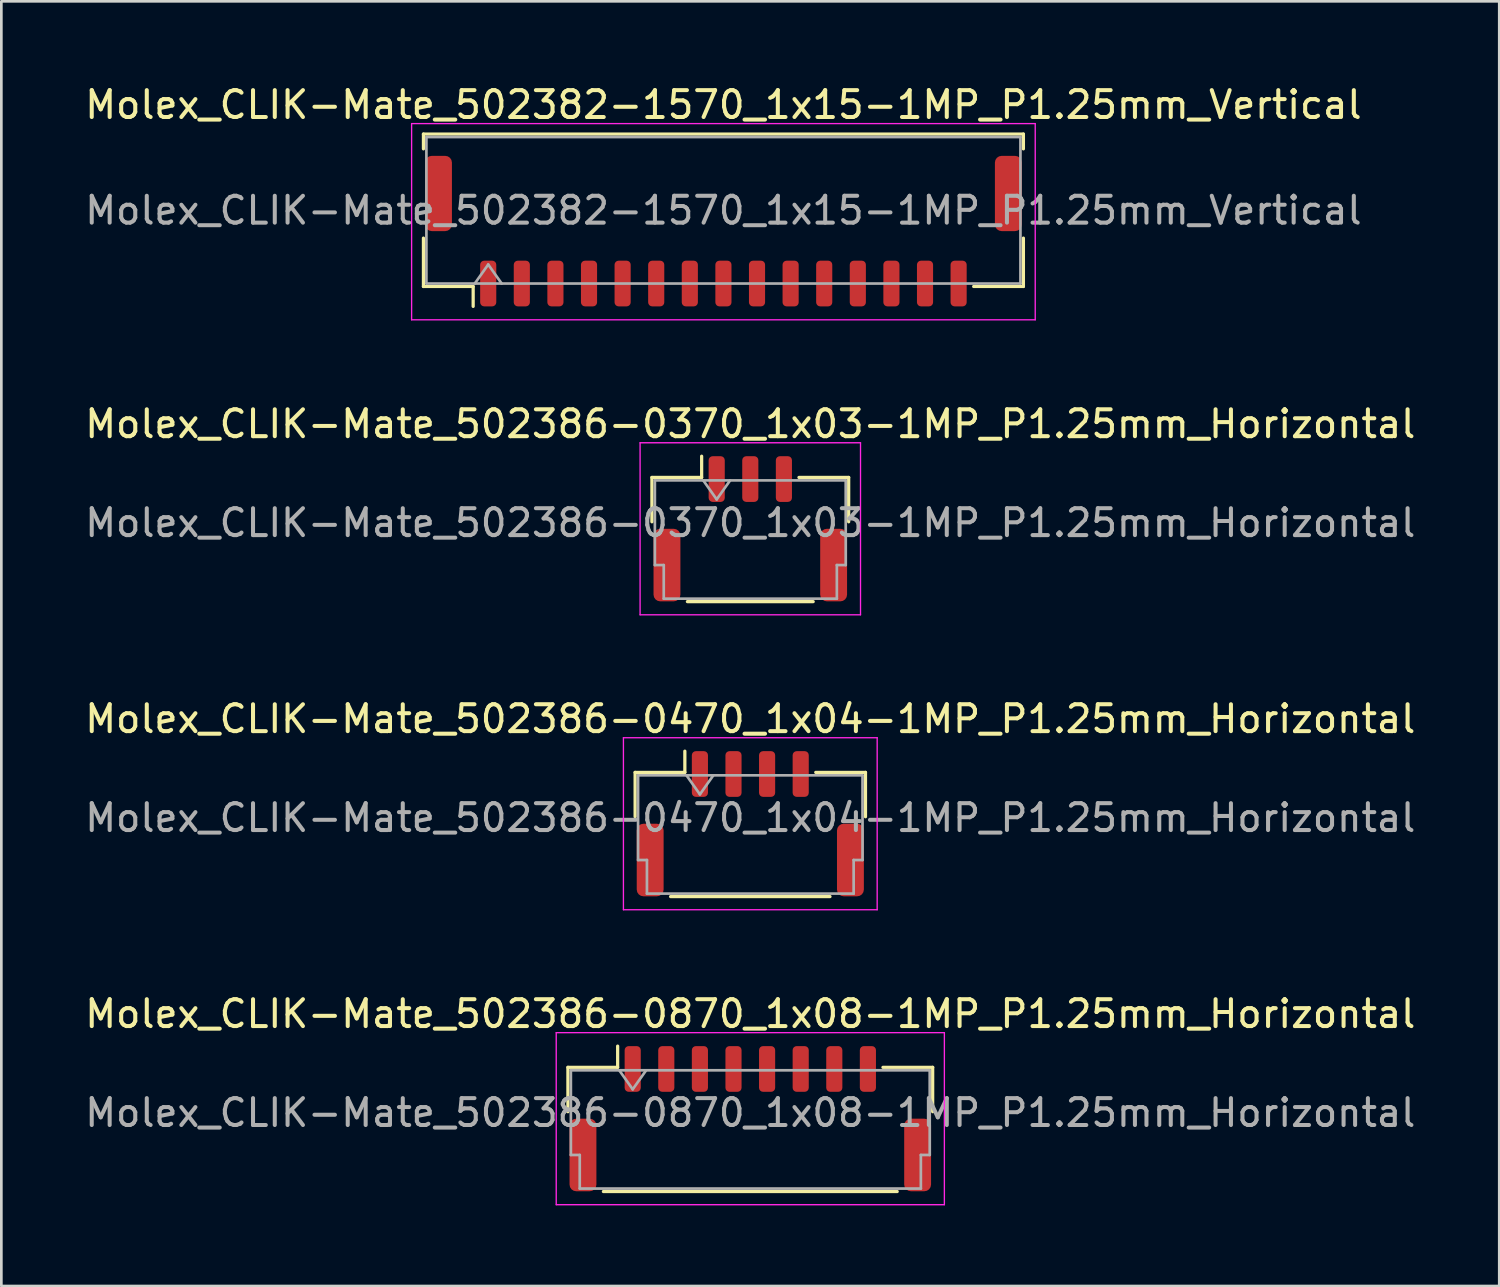
<source format=kicad_pcb>
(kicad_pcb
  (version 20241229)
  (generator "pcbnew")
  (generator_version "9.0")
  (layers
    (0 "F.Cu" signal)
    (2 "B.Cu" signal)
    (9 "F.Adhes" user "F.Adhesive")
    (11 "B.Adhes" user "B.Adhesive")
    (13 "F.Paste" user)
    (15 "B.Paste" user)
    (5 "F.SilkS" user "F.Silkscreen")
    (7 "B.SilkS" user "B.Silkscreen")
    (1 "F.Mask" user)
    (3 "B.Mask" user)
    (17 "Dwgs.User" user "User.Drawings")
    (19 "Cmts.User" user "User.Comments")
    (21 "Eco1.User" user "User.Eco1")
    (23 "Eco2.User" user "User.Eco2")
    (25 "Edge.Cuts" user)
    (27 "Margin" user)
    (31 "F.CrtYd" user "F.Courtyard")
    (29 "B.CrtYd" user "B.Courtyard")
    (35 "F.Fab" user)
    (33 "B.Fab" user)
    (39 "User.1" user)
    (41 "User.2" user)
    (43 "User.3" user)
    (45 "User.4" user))
  (footprint "Molex_CLIK-Mate_502386-0370_1x03-1MP_P1.25mm_Horizontal"
    (layer "F.Cu")
    (at 24.863 16.622)
    (property "Reference" "Molex_CLIK-Mate_502386-0370_1x03-1MP_P1.25mm_Horizontal" (at 0 -3.9 0) (layer "F.SilkS") (effects (font (size 1 1) (thickness 0.15))))
    (attr smd)
    (fp_line (start -3.66 -1.91) (end -1.81 -1.91) (stroke (width 0.12) (type solid)) (layer "F.SilkS"))
    (fp_line (start -3.66 -0.26) (end -3.66 -1.91) (stroke (width 0.12) (type solid)) (layer "F.SilkS"))
    (fp_line (start -2.34 2.71) (end 2.34 2.71) (stroke (width 0.12) (type solid)) (layer "F.SilkS"))
    (fp_line (start -1.81 -1.91) (end -1.81 -2.7) (stroke (width 0.12) (type solid)) (layer "F.SilkS"))
    (fp_line (start 3.66 -1.91) (end 1.81 -1.91) (stroke (width 0.12) (type solid)) (layer "F.SilkS"))
    (fp_line (start 3.66 -0.26) (end 3.66 -1.91) (stroke (width 0.12) (type solid)) (layer "F.SilkS"))
    (fp_line (start -4.1 -3.2) (end -4.1 3.2) (stroke (width 0.05) (type solid)) (layer "F.CrtYd"))
    (fp_line (start -4.1 3.2) (end 4.1 3.2) (stroke (width 0.05) (type solid)) (layer "F.CrtYd"))
    (fp_line (start 4.1 -3.2) (end -4.1 -3.2) (stroke (width 0.05) (type solid)) (layer "F.CrtYd"))
    (fp_line (start 4.1 3.2) (end 4.1 -3.2) (stroke (width 0.05) (type solid)) (layer "F.CrtYd"))
    (fp_line (start -3.55 -1.8) (end -3.55 1.35) (stroke (width 0.1) (type solid)) (layer "F.Fab"))
    (fp_line (start -3.55 -1.8) (end 3.55 -1.8) (stroke (width 0.1) (type solid)) (layer "F.Fab"))
    (fp_line (start -3.55 1.35) (end -3.22 1.35) (stroke (width 0.1) (type solid)) (layer "F.Fab"))
    (fp_line (start -3.22 1.35) (end -3.22 2.6) (stroke (width 0.1) (type solid)) (layer "F.Fab"))
    (fp_line (start -3.22 2.6) (end 3.22 2.6) (stroke (width 0.1) (type solid)) (layer "F.Fab"))
    (fp_line (start -1.75 -1.8) (end -1.25 -1.093) (stroke (width 0.1) (type solid)) (layer "F.Fab"))
    (fp_line (start -1.25 -1.093) (end -0.75 -1.8) (stroke (width 0.1) (type solid)) (layer "F.Fab"))
    (fp_line (start 3.22 1.35) (end 3.55 1.35) (stroke (width 0.1) (type solid)) (layer "F.Fab"))
    (fp_line (start 3.22 2.6) (end 3.22 1.35) (stroke (width 0.1) (type solid)) (layer "F.Fab"))
    (fp_line (start 3.55 -1.8) (end 3.55 1.35) (stroke (width 0.1) (type solid)) (layer "F.Fab"))
    (fp_text user "${REFERENCE}" (at 0 -0.22 0) (layer "F.Fab") (effects (font (size 1 1) (thickness 0.15))))
    (pad "1" smd roundrect (at -1.25 -1.85) (size 0.6 1.7) (layers "F.Cu" "F.Mask" "F.Paste") (roundrect_rratio 0.25))
    (pad "2" smd roundrect (at 0 -1.85) (size 0.6 1.7) (layers "F.Cu" "F.Mask" "F.Paste") (roundrect_rratio 0.25))
    (pad "3" smd roundrect (at 1.25 -1.85) (size 0.6 1.7) (layers "F.Cu" "F.Mask" "F.Paste") (roundrect_rratio 0.25))
    (pad "MP" smd roundrect (at -3.1 1.35) (size 1 2.7) (layers "F.Cu" "F.Mask" "F.Paste") (roundrect_rratio 0.25))
    (pad "MP" smd roundrect (at 3.1 1.35) (size 1 2.7) (layers "F.Cu" "F.Mask" "F.Paste") (roundrect_rratio 0.25)))
  (footprint "Molex_CLIK-Mate_502386-0470_1x04-1MP_P1.25mm_Horizontal"
    (layer "F.Cu")
    (at 24.863 27.595)
    (property "Reference" "Molex_CLIK-Mate_502386-0470_1x04-1MP_P1.25mm_Horizontal" (at 0 -3.9 0) (layer "F.SilkS") (effects (font (size 1 1) (thickness 0.15))))
    (attr smd)
    (fp_line (start -4.285 -1.91) (end -2.435 -1.91) (stroke (width 0.12) (type solid)) (layer "F.SilkS"))
    (fp_line (start -4.285 -0.26) (end -4.285 -1.91) (stroke (width 0.12) (type solid)) (layer "F.SilkS"))
    (fp_line (start -2.965 2.71) (end 2.965 2.71) (stroke (width 0.12) (type solid)) (layer "F.SilkS"))
    (fp_line (start -2.435 -1.91) (end -2.435 -2.7) (stroke (width 0.12) (type solid)) (layer "F.SilkS"))
    (fp_line (start 4.285 -1.91) (end 2.435 -1.91) (stroke (width 0.12) (type solid)) (layer "F.SilkS"))
    (fp_line (start 4.285 -0.26) (end 4.285 -1.91) (stroke (width 0.12) (type solid)) (layer "F.SilkS"))
    (fp_line (start -4.72 -3.2) (end -4.72 3.2) (stroke (width 0.05) (type solid)) (layer "F.CrtYd"))
    (fp_line (start -4.72 3.2) (end 4.72 3.2) (stroke (width 0.05) (type solid)) (layer "F.CrtYd"))
    (fp_line (start 4.72 -3.2) (end -4.72 -3.2) (stroke (width 0.05) (type solid)) (layer "F.CrtYd"))
    (fp_line (start 4.72 3.2) (end 4.72 -3.2) (stroke (width 0.05) (type solid)) (layer "F.CrtYd"))
    (fp_line (start -4.175 -1.8) (end -4.175 1.35) (stroke (width 0.1) (type solid)) (layer "F.Fab"))
    (fp_line (start -4.175 -1.8) (end 4.175 -1.8) (stroke (width 0.1) (type solid)) (layer "F.Fab"))
    (fp_line (start -4.175 1.35) (end -3.845 1.35) (stroke (width 0.1) (type solid)) (layer "F.Fab"))
    (fp_line (start -3.845 1.35) (end -3.845 2.6) (stroke (width 0.1) (type solid)) (layer "F.Fab"))
    (fp_line (start -3.845 2.6) (end 3.845 2.6) (stroke (width 0.1) (type solid)) (layer "F.Fab"))
    (fp_line (start -2.375 -1.8) (end -1.875 -1.093) (stroke (width 0.1) (type solid)) (layer "F.Fab"))
    (fp_line (start -1.875 -1.093) (end -1.375 -1.8) (stroke (width 0.1) (type solid)) (layer "F.Fab"))
    (fp_line (start 3.845 1.35) (end 4.175 1.35) (stroke (width 0.1) (type solid)) (layer "F.Fab"))
    (fp_line (start 3.845 2.6) (end 3.845 1.35) (stroke (width 0.1) (type solid)) (layer "F.Fab"))
    (fp_line (start 4.175 -1.8) (end 4.175 1.35) (stroke (width 0.1) (type solid)) (layer "F.Fab"))
    (fp_text user "${REFERENCE}" (at 0 -0.22 0) (layer "F.Fab") (effects (font (size 1 1) (thickness 0.15))))
    (pad "1" smd roundrect (at -1.875 -1.85) (size 0.6 1.7) (layers "F.Cu" "F.Mask" "F.Paste") (roundrect_rratio 0.25))
    (pad "2" smd roundrect (at -0.625 -1.85) (size 0.6 1.7) (layers "F.Cu" "F.Mask" "F.Paste") (roundrect_rratio 0.25))
    (pad "3" smd roundrect (at 0.625 -1.85) (size 0.6 1.7) (layers "F.Cu" "F.Mask" "F.Paste") (roundrect_rratio 0.25))
    (pad "4" smd roundrect (at 1.875 -1.85) (size 0.6 1.7) (layers "F.Cu" "F.Mask" "F.Paste") (roundrect_rratio 0.25))
    (pad "MP" smd roundrect (at -3.725 1.35) (size 1 2.7) (layers "F.Cu" "F.Mask" "F.Paste") (roundrect_rratio 0.25))
    (pad "MP" smd roundrect (at 3.725 1.35) (size 1 2.7) (layers "F.Cu" "F.Mask" "F.Paste") (roundrect_rratio 0.25)))
  (footprint "Molex_CLIK-Mate_502386-0870_1x08-1MP_P1.25mm_Horizontal"
    (layer "F.Cu")
    (at 24.863 38.568)
    (property "Reference" "Molex_CLIK-Mate_502386-0870_1x08-1MP_P1.25mm_Horizontal" (at 0 -3.9 0) (layer "F.SilkS") (effects (font (size 1 1) (thickness 0.15))))
    (attr smd)
    (fp_line (start -6.785 -1.91) (end -4.935 -1.91) (stroke (width 0.12) (type solid)) (layer "F.SilkS"))
    (fp_line (start -6.785 -0.26) (end -6.785 -1.91) (stroke (width 0.12) (type solid)) (layer "F.SilkS"))
    (fp_line (start -5.465 2.71) (end 5.465 2.71) (stroke (width 0.12) (type solid)) (layer "F.SilkS"))
    (fp_line (start -4.935 -1.91) (end -4.935 -2.7) (stroke (width 0.12) (type solid)) (layer "F.SilkS"))
    (fp_line (start 6.785 -1.91) (end 4.935 -1.91) (stroke (width 0.12) (type solid)) (layer "F.SilkS"))
    (fp_line (start 6.785 -0.26) (end 6.785 -1.91) (stroke (width 0.12) (type solid)) (layer "F.SilkS"))
    (fp_line (start -7.22 -3.2) (end -7.22 3.2) (stroke (width 0.05) (type solid)) (layer "F.CrtYd"))
    (fp_line (start -7.22 3.2) (end 7.22 3.2) (stroke (width 0.05) (type solid)) (layer "F.CrtYd"))
    (fp_line (start 7.22 -3.2) (end -7.22 -3.2) (stroke (width 0.05) (type solid)) (layer "F.CrtYd"))
    (fp_line (start 7.22 3.2) (end 7.22 -3.2) (stroke (width 0.05) (type solid)) (layer "F.CrtYd"))
    (fp_line (start -6.675 -1.8) (end -6.675 1.35) (stroke (width 0.1) (type solid)) (layer "F.Fab"))
    (fp_line (start -6.675 -1.8) (end 6.675 -1.8) (stroke (width 0.1) (type solid)) (layer "F.Fab"))
    (fp_line (start -6.675 1.35) (end -6.345 1.35) (stroke (width 0.1) (type solid)) (layer "F.Fab"))
    (fp_line (start -6.345 1.35) (end -6.345 2.6) (stroke (width 0.1) (type solid)) (layer "F.Fab"))
    (fp_line (start -6.345 2.6) (end 6.345 2.6) (stroke (width 0.1) (type solid)) (layer "F.Fab"))
    (fp_line (start -4.875 -1.8) (end -4.375 -1.093) (stroke (width 0.1) (type solid)) (layer "F.Fab"))
    (fp_line (start -4.375 -1.093) (end -3.875 -1.8) (stroke (width 0.1) (type solid)) (layer "F.Fab"))
    (fp_line (start 6.345 1.35) (end 6.675 1.35) (stroke (width 0.1) (type solid)) (layer "F.Fab"))
    (fp_line (start 6.345 2.6) (end 6.345 1.35) (stroke (width 0.1) (type solid)) (layer "F.Fab"))
    (fp_line (start 6.675 -1.8) (end 6.675 1.35) (stroke (width 0.1) (type solid)) (layer "F.Fab"))
    (fp_text user "${REFERENCE}" (at 0 -0.22 0) (layer "F.Fab") (effects (font (size 1 1) (thickness 0.15))))
    (pad "1" smd roundrect (at -4.375 -1.85) (size 0.6 1.7) (layers "F.Cu" "F.Mask" "F.Paste") (roundrect_rratio 0.25))
    (pad "2" smd roundrect (at -3.125 -1.85) (size 0.6 1.7) (layers "F.Cu" "F.Mask" "F.Paste") (roundrect_rratio 0.25))
    (pad "3" smd roundrect (at -1.875 -1.85) (size 0.6 1.7) (layers "F.Cu" "F.Mask" "F.Paste") (roundrect_rratio 0.25))
    (pad "4" smd roundrect (at -0.625 -1.85) (size 0.6 1.7) (layers "F.Cu" "F.Mask" "F.Paste") (roundrect_rratio 0.25))
    (pad "5" smd roundrect (at 0.625 -1.85) (size 0.6 1.7) (layers "F.Cu" "F.Mask" "F.Paste") (roundrect_rratio 0.25))
    (pad "6" smd roundrect (at 1.875 -1.85) (size 0.6 1.7) (layers "F.Cu" "F.Mask" "F.Paste") (roundrect_rratio 0.25))
    (pad "7" smd roundrect (at 3.125 -1.85) (size 0.6 1.7) (layers "F.Cu" "F.Mask" "F.Paste") (roundrect_rratio 0.25))
    (pad "8" smd roundrect (at 4.375 -1.85) (size 0.6 1.7) (layers "F.Cu" "F.Mask" "F.Paste") (roundrect_rratio 0.25))
    (pad "MP" smd roundrect (at -6.225 1.35) (size 1 2.7) (layers "F.Cu" "F.Mask" "F.Paste") (roundrect_rratio 0.25))
    (pad "MP" smd roundrect (at 6.225 1.35) (size 1 2.7) (layers "F.Cu" "F.Mask" "F.Paste") (roundrect_rratio 0.25)))
  (footprint "Molex_CLIK-Mate_502382-1570_1x15-1MP_P1.25mm_Vertical"
    (layer "F.Cu")
    (at 23.863 5.548)
    (property "Reference" "Molex_CLIK-Mate_502382-1570_1x15-1MP_P1.25mm_Vertical" (at 0 -4.7 0) (layer "F.SilkS") (effects (font (size 1 1) (thickness 0.15))))
    (attr smd)
    (fp_line (start -11.16 -3.61) (end 11.16 -3.61) (stroke (width 0.12) (type solid)) (layer "F.SilkS"))
    (fp_line (start -11.16 -3.06) (end -11.16 -3.61) (stroke (width 0.12) (type solid)) (layer "F.SilkS"))
    (fp_line (start -11.16 0.26) (end -11.16 2.06) (stroke (width 0.12) (type solid)) (layer "F.SilkS"))
    (fp_line (start -11.16 2.06) (end -9.31 2.06) (stroke (width 0.12) (type solid)) (layer "F.SilkS"))
    (fp_line (start -9.31 2.06) (end -9.31 2.8) (stroke (width 0.12) (type solid)) (layer "F.SilkS"))
    (fp_line (start 11.16 -3.61) (end 11.16 -3.06) (stroke (width 0.12) (type solid)) (layer "F.SilkS"))
    (fp_line (start 11.16 0.26) (end 11.16 2.06) (stroke (width 0.12) (type solid)) (layer "F.SilkS"))
    (fp_line (start 11.16 2.06) (end 9.31 2.06) (stroke (width 0.12) (type solid)) (layer "F.SilkS"))
    (fp_line (start -11.6 -4) (end -11.6 3.3) (stroke (width 0.05) (type solid)) (layer "F.CrtYd"))
    (fp_line (start -11.6 3.3) (end 11.6 3.3) (stroke (width 0.05) (type solid)) (layer "F.CrtYd"))
    (fp_line (start 11.6 -4) (end -11.6 -4) (stroke (width 0.05) (type solid)) (layer "F.CrtYd"))
    (fp_line (start 11.6 3.3) (end 11.6 -4) (stroke (width 0.05) (type solid)) (layer "F.CrtYd"))
    (fp_line (start -11.05 -3.5) (end 11.05 -3.5) (stroke (width 0.1) (type solid)) (layer "F.Fab"))
    (fp_line (start -11.05 1.95) (end -11.05 -3.5) (stroke (width 0.1) (type solid)) (layer "F.Fab"))
    (fp_line (start -11.05 1.95) (end 11.05 1.95) (stroke (width 0.1) (type solid)) (layer "F.Fab"))
    (fp_line (start -9.25 1.95) (end -8.75 1.243) (stroke (width 0.1) (type solid)) (layer "F.Fab"))
    (fp_line (start -8.75 1.243) (end -8.25 1.95) (stroke (width 0.1) (type solid)) (layer "F.Fab"))
    (fp_line (start 11.05 1.95) (end 11.05 -3.5) (stroke (width 0.1) (type solid)) (layer "F.Fab"))
    (fp_text user "${REFERENCE}" (at 0 -0.77 0) (layer "F.Fab") (effects (font (size 1 1) (thickness 0.15))))
    (pad "1" smd roundrect (at -8.75 1.95) (size 0.6 1.7) (layers "F.Cu" "F.Mask" "F.Paste") (roundrect_rratio 0.25))
    (pad "2" smd roundrect (at -7.5 1.95) (size 0.6 1.7) (layers "F.Cu" "F.Mask" "F.Paste") (roundrect_rratio 0.25))
    (pad "3" smd roundrect (at -6.25 1.95) (size 0.6 1.7) (layers "F.Cu" "F.Mask" "F.Paste") (roundrect_rratio 0.25))
    (pad "4" smd roundrect (at -5 1.95) (size 0.6 1.7) (layers "F.Cu" "F.Mask" "F.Paste") (roundrect_rratio 0.25))
    (pad "5" smd roundrect (at -3.75 1.95) (size 0.6 1.7) (layers "F.Cu" "F.Mask" "F.Paste") (roundrect_rratio 0.25))
    (pad "6" smd roundrect (at -2.5 1.95) (size 0.6 1.7) (layers "F.Cu" "F.Mask" "F.Paste") (roundrect_rratio 0.25))
    (pad "7" smd roundrect (at -1.25 1.95) (size 0.6 1.7) (layers "F.Cu" "F.Mask" "F.Paste") (roundrect_rratio 0.25))
    (pad "8" smd roundrect (at 0 1.95) (size 0.6 1.7) (layers "F.Cu" "F.Mask" "F.Paste") (roundrect_rratio 0.25))
    (pad "9" smd roundrect (at 1.25 1.95) (size 0.6 1.7) (layers "F.Cu" "F.Mask" "F.Paste") (roundrect_rratio 0.25))
    (pad "10" smd roundrect (at 2.5 1.95) (size 0.6 1.7) (layers "F.Cu" "F.Mask" "F.Paste") (roundrect_rratio 0.25))
    (pad "11" smd roundrect (at 3.75 1.95) (size 0.6 1.7) (layers "F.Cu" "F.Mask" "F.Paste") (roundrect_rratio 0.25))
    (pad "12" smd roundrect (at 5 1.95) (size 0.6 1.7) (layers "F.Cu" "F.Mask" "F.Paste") (roundrect_rratio 0.25))
    (pad "13" smd roundrect (at 6.25 1.95) (size 0.6 1.7) (layers "F.Cu" "F.Mask" "F.Paste") (roundrect_rratio 0.25))
    (pad "14" smd roundrect (at 7.5 1.95) (size 0.6 1.7) (layers "F.Cu" "F.Mask" "F.Paste") (roundrect_rratio 0.25))
    (pad "15" smd roundrect (at 8.75 1.95) (size 0.6 1.7) (layers "F.Cu" "F.Mask" "F.Paste") (roundrect_rratio 0.25))
    (pad "MP" smd roundrect (at -10.6 -1.4) (size 1 2.8) (layers "F.Cu" "F.Mask" "F.Paste") (roundrect_rratio 0.25))
    (pad "MP" smd roundrect (at 10.6 -1.4) (size 1 2.8) (layers "F.Cu" "F.Mask" "F.Paste") (roundrect_rratio 0.25)))
  (gr_rect
    (start -3 -3)
    (end 52.726 44.793)
    (stroke (width 0.1) (type default))
    (fill no)
    (layer "Edge.Cuts")))
</source>
